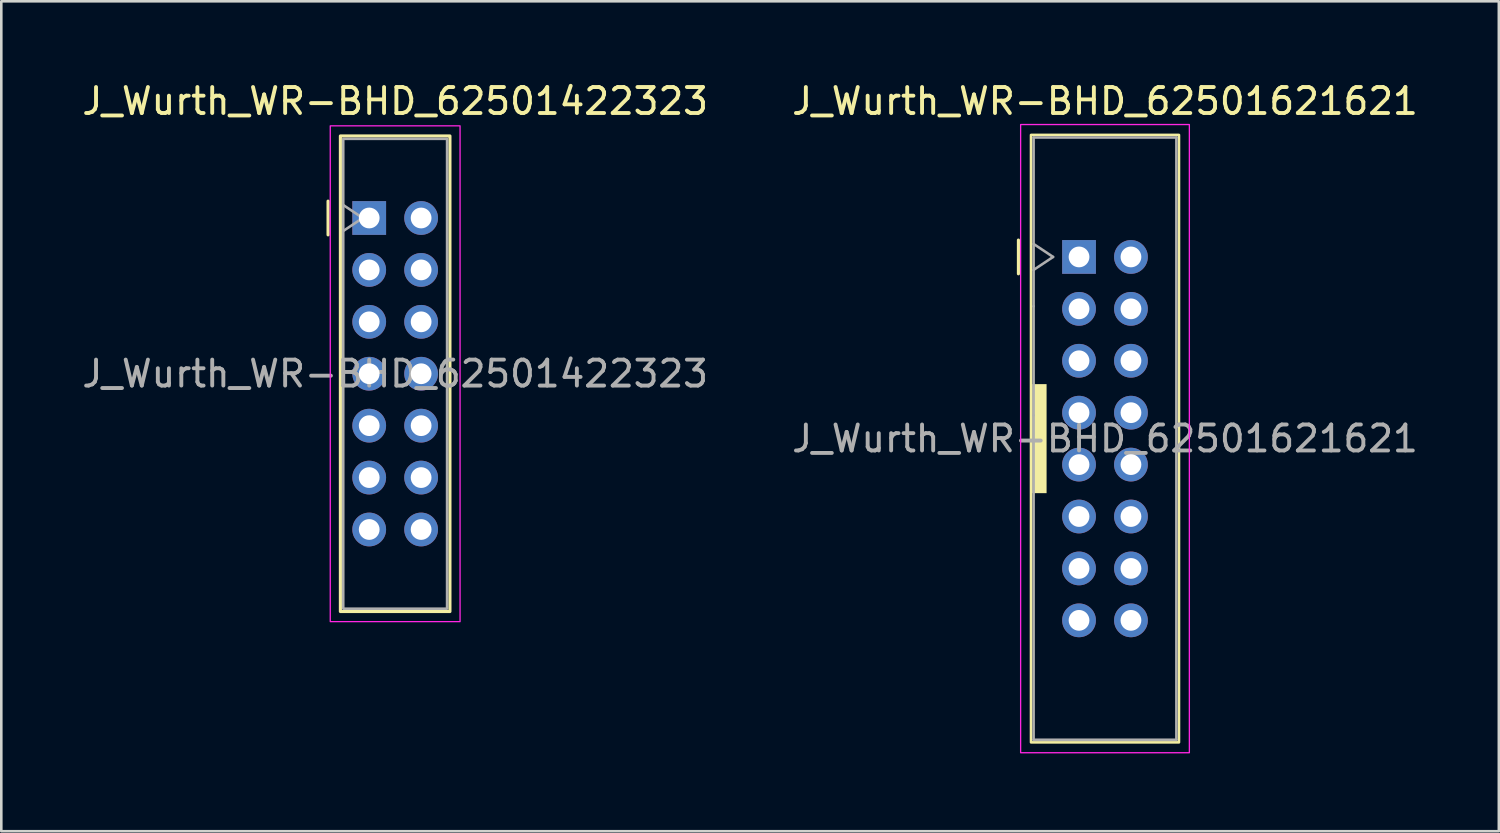
<source format=kicad_pcb>
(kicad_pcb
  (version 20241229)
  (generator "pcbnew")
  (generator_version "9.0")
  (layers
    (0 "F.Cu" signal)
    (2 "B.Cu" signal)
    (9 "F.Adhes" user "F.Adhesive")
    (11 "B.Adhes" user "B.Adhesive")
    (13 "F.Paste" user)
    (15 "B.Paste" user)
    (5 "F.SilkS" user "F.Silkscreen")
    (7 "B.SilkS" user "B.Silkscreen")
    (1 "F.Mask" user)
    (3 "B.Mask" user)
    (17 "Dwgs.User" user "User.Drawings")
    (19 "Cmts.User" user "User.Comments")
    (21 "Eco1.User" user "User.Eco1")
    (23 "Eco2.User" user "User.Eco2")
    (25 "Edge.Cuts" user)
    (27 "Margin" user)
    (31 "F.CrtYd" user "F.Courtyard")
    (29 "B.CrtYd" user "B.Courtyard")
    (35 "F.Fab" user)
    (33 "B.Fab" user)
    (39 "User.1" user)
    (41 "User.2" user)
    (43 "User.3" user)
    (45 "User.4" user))
  (footprint "J_Wurth_WR-BHD_62501422323"
    (layer "F.Cu")
    (at 11.173 5.348)
    (property "Reference" "J_Wurth_WR-BHD_62501422323" (at 1 -4.5 0) (unlocked yes) (layer "F.SilkS") (effects (font (size 1 1) (thickness 0.15))))
    (attr through_hole)
    (fp_line (start -1.585 -0.65) (end -1.585 0.65) (stroke (width 0.12) (type solid)) (layer "F.SilkS"))
    (fp_rect (start -1.11 -3.16) (end 3.11 15.16) (stroke (width 0.12) (type solid)) (fill no) (layer "F.SilkS"))
    (fp_rect (start -1.5 -3.55) (end 3.5 15.55) (stroke (width 0.05) (type solid)) (fill no) (layer "F.CrtYd"))
    (fp_line (start -0.25 0) (end -1 -0.5) (stroke (width 0.1) (type solid)) (layer "F.Fab"))
    (fp_line (start -0.25 0) (end -1 0.5) (stroke (width 0.1) (type solid)) (layer "F.Fab"))
    (fp_rect (start -1 -3.05) (end 3 15.05) (stroke (width 0.1) (type solid)) (fill no) (layer "F.Fab"))
    (fp_text user "${REFERENCE}" (at 1 6 0) (unlocked yes) (layer "F.Fab") (effects (font (size 1 1) (thickness 0.15))))
    (pad "1" thru_hole rect (at 0 0 270) (size 1.3 1.3) (drill 0.8) (layers "*.Cu" "*.Mask"))
    (pad "2" thru_hole circle (at 2 0 270) (size 1.3 1.3) (drill 0.8) (layers "*.Cu" "*.Mask"))
    (pad "3" thru_hole circle (at 0 2 270) (size 1.3 1.3) (drill 0.8) (layers "*.Cu" "*.Mask"))
    (pad "4" thru_hole circle (at 2 2 270) (size 1.3 1.3) (drill 0.8) (layers "*.Cu" "*.Mask"))
    (pad "5" thru_hole circle (at 0 4 270) (size 1.3 1.3) (drill 0.8) (layers "*.Cu" "*.Mask"))
    (pad "6" thru_hole circle (at 2 4 270) (size 1.3 1.3) (drill 0.8) (layers "*.Cu" "*.Mask"))
    (pad "7" thru_hole circle (at 0 6 270) (size 1.3 1.3) (drill 0.8) (layers "*.Cu" "*.Mask"))
    (pad "8" thru_hole circle (at 2 6 270) (size 1.3 1.3) (drill 0.8) (layers "*.Cu" "*.Mask"))
    (pad "9" thru_hole circle (at 0 8 270) (size 1.3 1.3) (drill 0.8) (layers "*.Cu" "*.Mask"))
    (pad "10" thru_hole circle (at 2 8 270) (size 1.3 1.3) (drill 0.8) (layers "*.Cu" "*.Mask"))
    (pad "11" thru_hole circle (at 0 10 270) (size 1.3 1.3) (drill 0.8) (layers "*.Cu" "*.Mask"))
    (pad "12" thru_hole circle (at 2 10 270) (size 1.3 1.3) (drill 0.8) (layers "*.Cu" "*.Mask"))
    (pad "13" thru_hole circle (at 0 12 270) (size 1.3 1.3) (drill 0.8) (layers "*.Cu" "*.Mask"))
    (pad "14" thru_hole circle (at 2 12 270) (size 1.3 1.3) (drill 0.8) (layers "*.Cu" "*.Mask")))
  (footprint "J_Wurth_WR-BHD_62501621621"
    (layer "F.Cu")
    (at 38.518 6.848)
    (property "Reference" "J_Wurth_WR-BHD_62501621621" (at 1 -6 0) (unlocked yes) (layer "F.SilkS") (effects (font (size 1 1) (thickness 0.15))))
    (attr through_hole)
    (fp_line (start -2.335 -0.65) (end -2.335 0.65) (stroke (width 0.12) (type solid)) (layer "F.SilkS"))
    (fp_rect (start -1.8 4.9) (end -1.25 9.1) (stroke (width 0) (type solid)) (fill yes) (layer "F.SilkS"))
    (fp_poly (pts (xy 3.85 18.7) (xy 3.85 -4.7) (xy -1.85 -4.7) (xy -1.85 18.7)) (stroke (width 0.1) (type solid)) (fill no) (layer "F.SilkS"))
    (fp_poly (pts (xy -2.25 -5.1) (xy -2.25 19.1) (xy 4.25 19.1) (xy 4.25 -5.1)) (stroke (width 0.05) (type solid)) (fill no) (layer "F.CrtYd"))
    (fp_line (start -1.75 -4.6) (end -1.75 1.9) (stroke (width 0.1) (type solid)) (layer "F.Fab"))
    (fp_line (start -1.75 1.9) (end -1.75 6.1) (stroke (width 0.1) (type solid)) (layer "F.Fab"))
    (fp_line (start -1.75 6.1) (end -1.75 18.6) (stroke (width 0.1) (type solid)) (layer "F.Fab"))
    (fp_line (start -1.75 18.6) (end 3.75 18.6) (stroke (width 0.1) (type solid)) (layer "F.Fab"))
    (fp_line (start -1 0) (end -1.75 -0.5) (stroke (width 0.1) (type solid)) (layer "F.Fab"))
    (fp_line (start -1 0) (end -1.75 0.5) (stroke (width 0.1) (type solid)) (layer "F.Fab"))
    (fp_line (start 3.75 -4.6) (end -1.75 -4.6) (stroke (width 0.1) (type solid)) (layer "F.Fab"))
    (fp_line (start 3.75 18.6) (end 3.75 -4.6) (stroke (width 0.1) (type solid)) (layer "F.Fab"))
    (fp_text user "${REFERENCE}" (at 1 7 0) (unlocked yes) (layer "F.Fab") (effects (font (size 1 1) (thickness 0.15))))
    (pad "1" thru_hole rect (at 0 0 270) (size 1.3 1.3) (drill 0.8) (layers "*.Cu" "*.Mask"))
    (pad "2" thru_hole circle (at 2 0 270) (size 1.3 1.3) (drill 0.8) (layers "*.Cu" "*.Mask"))
    (pad "3" thru_hole circle (at 0 2 270) (size 1.3 1.3) (drill 0.8) (layers "*.Cu" "*.Mask"))
    (pad "4" thru_hole circle (at 2 2 270) (size 1.3 1.3) (drill 0.8) (layers "*.Cu" "*.Mask"))
    (pad "5" thru_hole circle (at 0 4 270) (size 1.3 1.3) (drill 0.8) (layers "*.Cu" "*.Mask"))
    (pad "6" thru_hole circle (at 2 4 270) (size 1.3 1.3) (drill 0.8) (layers "*.Cu" "*.Mask"))
    (pad "7" thru_hole circle (at 0 6 270) (size 1.3 1.3) (drill 0.8) (layers "*.Cu" "*.Mask"))
    (pad "8" thru_hole circle (at 2 6 270) (size 1.3 1.3) (drill 0.8) (layers "*.Cu" "*.Mask"))
    (pad "9" thru_hole circle (at 0 8 270) (size 1.3 1.3) (drill 0.8) (layers "*.Cu" "*.Mask"))
    (pad "10" thru_hole circle (at 2 8 270) (size 1.3 1.3) (drill 0.8) (layers "*.Cu" "*.Mask"))
    (pad "11" thru_hole circle (at 0 10 270) (size 1.3 1.3) (drill 0.8) (layers "*.Cu" "*.Mask"))
    (pad "12" thru_hole circle (at 2 10 270) (size 1.3 1.3) (drill 0.8) (layers "*.Cu" "*.Mask"))
    (pad "13" thru_hole circle (at 0 12 270) (size 1.3 1.3) (drill 0.8) (layers "*.Cu" "*.Mask"))
    (pad "14" thru_hole circle (at 2 12 270) (size 1.3 1.3) (drill 0.8) (layers "*.Cu" "*.Mask"))
    (pad "15" thru_hole circle (at 0 14 270) (size 1.3 1.3) (drill 0.8) (layers "*.Cu" "*.Mask"))
    (pad "16" thru_hole circle (at 2 14 270) (size 1.3 1.3) (drill 0.8) (layers "*.Cu" "*.Mask")))
  (gr_rect
    (start -3 -3)
    (end 54.69 28.973)
    (stroke (width 0.1) (type default))
    (fill no)
    (layer "Edge.Cuts")))
</source>
